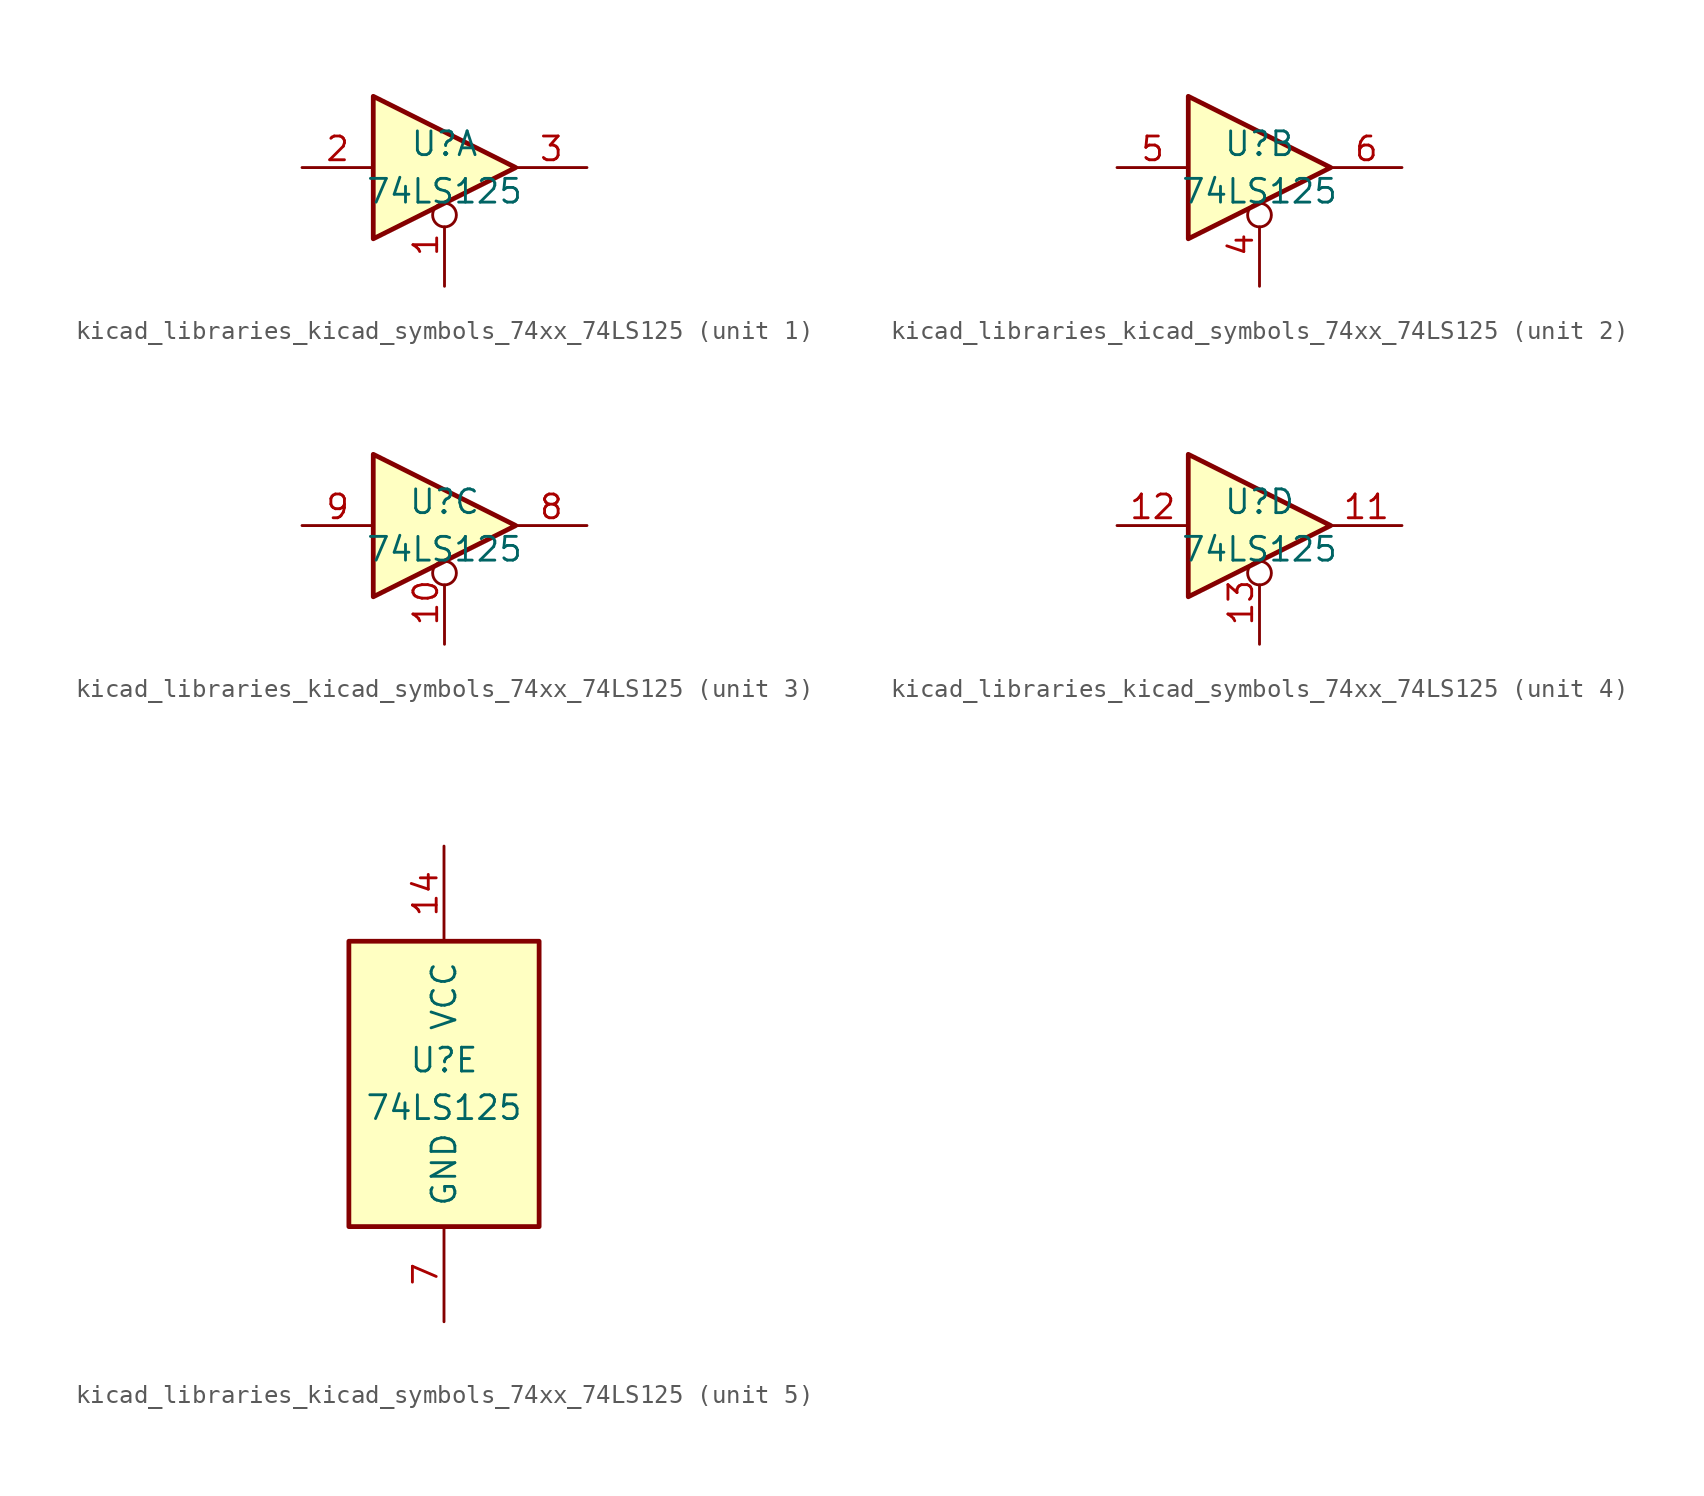
<source format=kicad_sym>
(kicad_symbol_lib
  (version 20220914)
  (generator kicad_symbol_editor)
  (symbol "kicad_libraries_kicad_symbols_74xx_74LS125"
    (pin_names
      (offset 1.016))
    (property "Reference" "U"
      (at 0 1.27 0)
      (effects (font (size 1.27 1.27))))
    (property "Value" "74LS125"
      (at 0 -1.27 0)
      (effects (font (size 1.27 1.27))))
    (property "ki_locked" ""
      (at 0 0 0)
      (effects (font (size 1.27 1.27))))
    (symbol "kicad_libraries_kicad_symbols_74xx_74LS125_1_0"
      (polyline (pts (xy -3.81 3.81) (xy -3.81 -3.81) (xy 3.81 0) (xy -3.81 3.81)) (stroke (width 0.254) (type default)) (fill (type background)))
      (pin input inverted (at 0 -6.35 90) (length 4.445) (name "~" (effects (font (size 1.27 1.27)))) (number "1" (effects (font (size 1.27 1.27)))))
      (pin input line (at -7.62 0 0) (length 3.81) (name "~" (effects (font (size 1.27 1.27)))) (number "2" (effects (font (size 1.27 1.27)))))
      (pin tri_state line (at 7.62 0 180) (length 3.81) (name "~" (effects (font (size 1.27 1.27)))) (number "3" (effects (font (size 1.27 1.27))))))
    (symbol "kicad_libraries_kicad_symbols_74xx_74LS125_2_0"
      (polyline (pts (xy -3.81 3.81) (xy -3.81 -3.81) (xy 3.81 0) (xy -3.81 3.81)) (stroke (width 0.254) (type default)) (fill (type background)))
      (pin input inverted (at 0 -6.35 90) (length 4.445) (name "~" (effects (font (size 1.27 1.27)))) (number "4" (effects (font (size 1.27 1.27)))))
      (pin input line (at -7.62 0 0) (length 3.81) (name "~" (effects (font (size 1.27 1.27)))) (number "5" (effects (font (size 1.27 1.27)))))
      (pin tri_state line (at 7.62 0 180) (length 3.81) (name "~" (effects (font (size 1.27 1.27)))) (number "6" (effects (font (size 1.27 1.27))))))
    (symbol "kicad_libraries_kicad_symbols_74xx_74LS125_3_0"
      (polyline (pts (xy -3.81 3.81) (xy -3.81 -3.81) (xy 3.81 0) (xy -3.81 3.81)) (stroke (width 0.254) (type default)) (fill (type background)))
      (pin input inverted (at 0 -6.35 90) (length 4.445) (name "~" (effects (font (size 1.27 1.27)))) (number "10" (effects (font (size 1.27 1.27)))))
      (pin tri_state line (at 7.62 0 180) (length 3.81) (name "~" (effects (font (size 1.27 1.27)))) (number "8" (effects (font (size 1.27 1.27)))))
      (pin input line (at -7.62 0 0) (length 3.81) (name "~" (effects (font (size 1.27 1.27)))) (number "9" (effects (font (size 1.27 1.27))))))
    (symbol "kicad_libraries_kicad_symbols_74xx_74LS125_4_0"
      (polyline (pts (xy -3.81 3.81) (xy -3.81 -3.81) (xy 3.81 0) (xy -3.81 3.81)) (stroke (width 0.254) (type default)) (fill (type background)))
      (pin tri_state line (at 7.62 0 180) (length 3.81) (name "~" (effects (font (size 1.27 1.27)))) (number "11" (effects (font (size 1.27 1.27)))))
      (pin input line (at -7.62 0 0) (length 3.81) (name "~" (effects (font (size 1.27 1.27)))) (number "12" (effects (font (size 1.27 1.27)))))
      (pin input inverted (at 0 -6.35 90) (length 4.445) (name "~" (effects (font (size 1.27 1.27)))) (number "13" (effects (font (size 1.27 1.27))))))
    (symbol "kicad_libraries_kicad_symbols_74xx_74LS125_5_0"
      (pin power_in line (at 0 12.7 270) (length 5.08) (name "VCC" (effects (font (size 1.27 1.27)))) (number "14" (effects (font (size 1.27 1.27)))))
      (pin power_in line (at 0 -12.7 90) (length 5.08) (name "GND" (effects (font (size 1.27 1.27)))) (number "7" (effects (font (size 1.27 1.27))))))
    (symbol "kicad_libraries_kicad_symbols_74xx_74LS125_5_1"
      (rectangle (start -5.08 7.62) (end 5.08 -7.62) (stroke (width 0.254) (type default)) (fill (type background))))))
</source>
